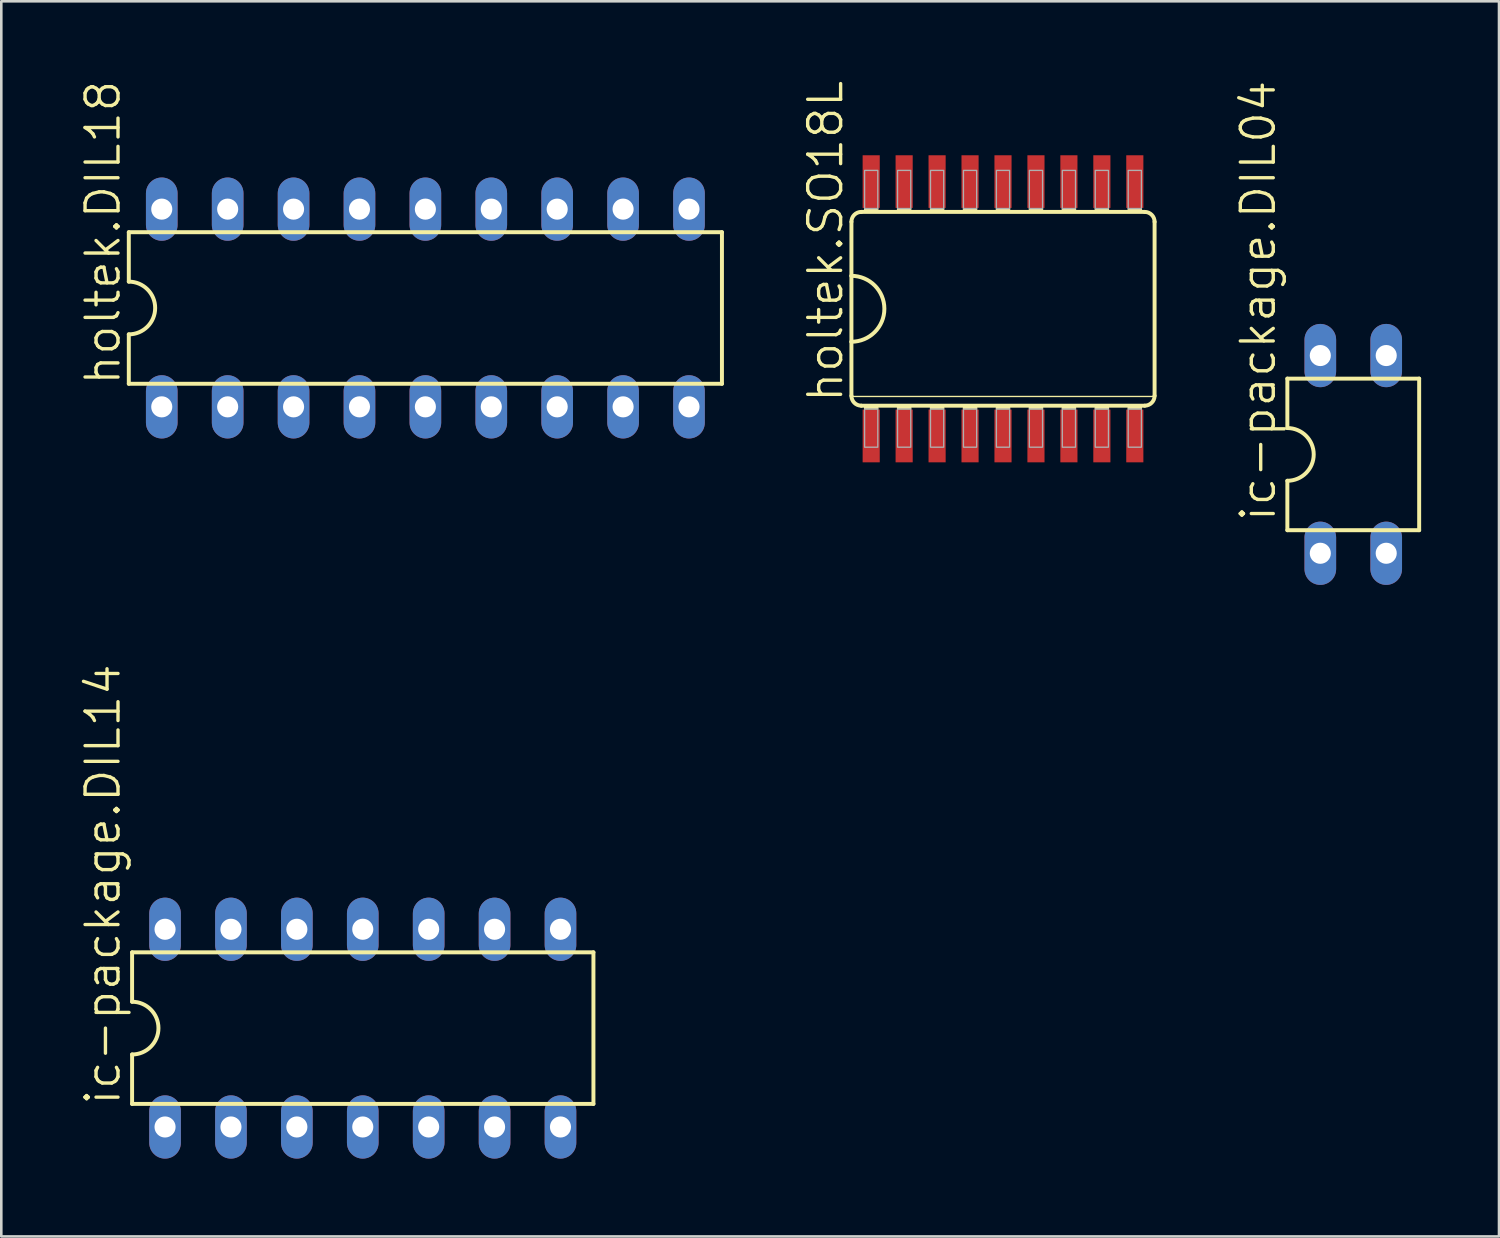
<source format=kicad_pcb>
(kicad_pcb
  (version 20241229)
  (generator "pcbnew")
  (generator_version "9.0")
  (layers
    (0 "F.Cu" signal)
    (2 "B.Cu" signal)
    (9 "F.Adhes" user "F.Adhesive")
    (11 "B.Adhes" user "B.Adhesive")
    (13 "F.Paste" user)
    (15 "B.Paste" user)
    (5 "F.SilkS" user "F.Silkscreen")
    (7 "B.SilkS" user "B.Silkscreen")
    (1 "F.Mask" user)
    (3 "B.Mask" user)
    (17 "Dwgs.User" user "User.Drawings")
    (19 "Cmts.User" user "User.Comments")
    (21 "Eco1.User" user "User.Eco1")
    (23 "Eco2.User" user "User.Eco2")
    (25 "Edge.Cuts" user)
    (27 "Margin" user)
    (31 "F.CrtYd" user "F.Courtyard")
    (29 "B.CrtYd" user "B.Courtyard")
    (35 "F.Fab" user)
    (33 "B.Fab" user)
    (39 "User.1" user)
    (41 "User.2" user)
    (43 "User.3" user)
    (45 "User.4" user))
  (footprint "holtek.SO18L"
    (layer "F.Cu")
    (at 35.606 8.851)
    (property "Reference" "holtek.SO18L" (at -6.096 3.683 90) (layer "F.SilkS") (effects (font (size 1.27 1.27) (thickness 0.13)) (justify left bottom)))
    (attr smd)
    (fp_line (start -5.842 -3.353) (end -5.842 -1.27) (stroke (width 0.152) (type default)) (layer "F.SilkS"))
    (fp_line (start -5.842 -1.27) (end -5.842 1.27) (stroke (width 0.152) (type default)) (layer "F.SilkS"))
    (fp_line (start -5.842 1.27) (end -5.842 3.353) (stroke (width 0.152) (type default)) (layer "F.SilkS"))
    (fp_line (start -5.842 3.378) (end 5.842 3.378) (stroke (width 0.051) (type default)) (layer "F.SilkS"))
    (fp_line (start -5.461 3.734) (end 5.461 3.734) (stroke (width 0.152) (type default)) (layer "F.SilkS"))
    (fp_line (start 5.461 -3.734) (end -5.461 -3.734) (stroke (width 0.152) (type default)) (layer "F.SilkS"))
    (fp_line (start 5.842 3.353) (end 5.842 -3.353) (stroke (width 0.152) (type default)) (layer "F.SilkS"))
    (fp_rect (start -5.334 -3.734) (end -4.826 -3.861) (stroke (width 0.05) (type default)) (fill yes) (layer "F.SilkS"))
    (fp_rect (start -5.334 3.861) (end -4.826 3.734) (stroke (width 0.05) (type default)) (fill yes) (layer "F.SilkS"))
    (fp_rect (start -4.064 -3.734) (end -3.556 -3.861) (stroke (width 0.05) (type default)) (fill yes) (layer "F.SilkS"))
    (fp_rect (start -4.064 3.861) (end -3.556 3.734) (stroke (width 0.05) (type default)) (fill yes) (layer "F.SilkS"))
    (fp_rect (start -2.794 -3.734) (end -2.286 -3.861) (stroke (width 0.05) (type default)) (fill yes) (layer "F.SilkS"))
    (fp_rect (start -2.794 3.861) (end -2.286 3.734) (stroke (width 0.05) (type default)) (fill yes) (layer "F.SilkS"))
    (fp_rect (start -1.524 -3.734) (end -1.016 -3.861) (stroke (width 0.05) (type default)) (fill yes) (layer "F.SilkS"))
    (fp_rect (start -1.524 3.861) (end -1.016 3.734) (stroke (width 0.05) (type default)) (fill yes) (layer "F.SilkS"))
    (fp_rect (start -0.254 -3.734) (end 0.254 -3.861) (stroke (width 0.05) (type default)) (fill yes) (layer "F.SilkS"))
    (fp_rect (start -0.254 3.861) (end 0.254 3.734) (stroke (width 0.05) (type default)) (fill yes) (layer "F.SilkS"))
    (fp_rect (start 1.016 -3.734) (end 1.524 -3.861) (stroke (width 0.05) (type default)) (fill yes) (layer "F.SilkS"))
    (fp_rect (start 1.016 3.861) (end 1.524 3.734) (stroke (width 0.05) (type default)) (fill yes) (layer "F.SilkS"))
    (fp_rect (start 2.286 -3.734) (end 2.794 -3.861) (stroke (width 0.05) (type default)) (fill yes) (layer "F.SilkS"))
    (fp_rect (start 2.286 3.861) (end 2.794 3.734) (stroke (width 0.05) (type default)) (fill yes) (layer "F.SilkS"))
    (fp_rect (start 3.556 -3.734) (end 4.064 -3.861) (stroke (width 0.05) (type default)) (fill yes) (layer "F.SilkS"))
    (fp_rect (start 3.556 3.861) (end 4.064 3.734) (stroke (width 0.05) (type default)) (fill yes) (layer "F.SilkS"))
    (fp_rect (start 4.826 -3.734) (end 5.334 -3.861) (stroke (width 0.05) (type default)) (fill yes) (layer "F.SilkS"))
    (fp_rect (start 4.826 3.861) (end 5.334 3.734) (stroke (width 0.05) (type default)) (fill yes) (layer "F.SilkS"))
    (fp_arc (start -5.842 -3.3528) (mid -5.730408 -3.622208) (end -5.461 -3.7338) (stroke (width 0.1524) (type default)) (layer "F.SilkS"))
    (fp_arc (start -5.842 -1.27) (mid -4.572 0) (end -5.842 1.27) (stroke (width 0.1524) (type default)) (layer "F.SilkS"))
    (fp_arc (start -5.461 3.7338) (mid -5.730408 3.622208) (end -5.842 3.3528) (stroke (width 0.1524) (type default)) (layer "F.SilkS"))
    (fp_arc (start 5.461 -3.7338) (mid 5.730408 -3.622208) (end 5.842 -3.3528) (stroke (width 0.1524) (type default)) (layer "F.SilkS"))
    (fp_arc (start 5.842 3.3528) (mid 5.730408 3.622208) (end 5.461 3.7338) (stroke (width 0.1524) (type default)) (layer "F.SilkS"))
    (fp_rect (start -5.334 -3.861) (end -4.826 -5.334) (stroke (width 0.05) (type default)) (fill no) (layer "F.Fab"))
    (fp_rect (start -5.334 5.334) (end -4.826 3.861) (stroke (width 0.05) (type default)) (fill no) (layer "F.Fab"))
    (fp_rect (start -4.064 -3.861) (end -3.556 -5.334) (stroke (width 0.05) (type default)) (fill no) (layer "F.Fab"))
    (fp_rect (start -4.064 5.334) (end -3.556 3.861) (stroke (width 0.05) (type default)) (fill no) (layer "F.Fab"))
    (fp_rect (start -2.794 -3.861) (end -2.286 -5.334) (stroke (width 0.05) (type default)) (fill no) (layer "F.Fab"))
    (fp_rect (start -2.794 5.334) (end -2.286 3.861) (stroke (width 0.05) (type default)) (fill no) (layer "F.Fab"))
    (fp_rect (start -1.524 -3.861) (end -1.016 -5.334) (stroke (width 0.05) (type default)) (fill no) (layer "F.Fab"))
    (fp_rect (start -1.524 5.334) (end -1.016 3.861) (stroke (width 0.05) (type default)) (fill no) (layer "F.Fab"))
    (fp_rect (start -0.254 -3.861) (end 0.254 -5.334) (stroke (width 0.05) (type default)) (fill no) (layer "F.Fab"))
    (fp_rect (start -0.254 5.334) (end 0.254 3.861) (stroke (width 0.05) (type default)) (fill no) (layer "F.Fab"))
    (fp_rect (start 1.016 -3.861) (end 1.524 -5.334) (stroke (width 0.05) (type default)) (fill no) (layer "F.Fab"))
    (fp_rect (start 1.016 5.334) (end 1.524 3.861) (stroke (width 0.05) (type default)) (fill no) (layer "F.Fab"))
    (fp_rect (start 2.286 -3.861) (end 2.794 -5.334) (stroke (width 0.05) (type default)) (fill no) (layer "F.Fab"))
    (fp_rect (start 2.286 5.334) (end 2.794 3.861) (stroke (width 0.05) (type default)) (fill no) (layer "F.Fab"))
    (fp_rect (start 3.556 -3.861) (end 4.064 -5.334) (stroke (width 0.05) (type default)) (fill no) (layer "F.Fab"))
    (fp_rect (start 3.556 5.334) (end 4.064 3.861) (stroke (width 0.05) (type default)) (fill no) (layer "F.Fab"))
    (fp_rect (start 4.826 -3.861) (end 5.334 -5.334) (stroke (width 0.05) (type default)) (fill no) (layer "F.Fab"))
    (fp_rect (start 4.826 5.334) (end 5.334 3.861) (stroke (width 0.05) (type default)) (fill no) (layer "F.Fab"))
    (pad "1" smd roundrect (at -5.08 4.902) (size 0.66 2.032) (layers "F.Cu" "F.Mask" "F.Paste") (roundrect_rratio 0.01))
    (pad "2" smd roundrect (at -3.81 4.902) (size 0.66 2.032) (layers "F.Cu" "F.Mask" "F.Paste") (roundrect_rratio 0.01))
    (pad "3" smd roundrect (at -2.54 4.902) (size 0.66 2.032) (layers "F.Cu" "F.Mask" "F.Paste") (roundrect_rratio 0.01))
    (pad "4" smd roundrect (at -1.27 4.902) (size 0.66 2.032) (layers "F.Cu" "F.Mask" "F.Paste") (roundrect_rratio 0.01))
    (pad "5" smd roundrect (at 0 4.902) (size 0.66 2.032) (layers "F.Cu" "F.Mask" "F.Paste") (roundrect_rratio 0.01))
    (pad "6" smd roundrect (at 1.27 4.902) (size 0.66 2.032) (layers "F.Cu" "F.Mask" "F.Paste") (roundrect_rratio 0.01))
    (pad "7" smd roundrect (at 2.54 4.902) (size 0.66 2.032) (layers "F.Cu" "F.Mask" "F.Paste") (roundrect_rratio 0.01))
    (pad "8" smd roundrect (at 3.81 4.902) (size 0.66 2.032) (layers "F.Cu" "F.Mask" "F.Paste") (roundrect_rratio 0.01))
    (pad "9" smd roundrect (at 5.08 4.902) (size 0.66 2.032) (layers "F.Cu" "F.Mask" "F.Paste") (roundrect_rratio 0.01))
    (pad "10" smd roundrect (at 5.08 -4.902) (size 0.66 2.032) (layers "F.Cu" "F.Mask" "F.Paste") (roundrect_rratio 0.01))
    (pad "11" smd roundrect (at 3.81 -4.902) (size 0.66 2.032) (layers "F.Cu" "F.Mask" "F.Paste") (roundrect_rratio 0.01))
    (pad "12" smd roundrect (at 2.54 -4.902) (size 0.66 2.032) (layers "F.Cu" "F.Mask" "F.Paste") (roundrect_rratio 0.01))
    (pad "13" smd roundrect (at 1.27 -4.902) (size 0.66 2.032) (layers "F.Cu" "F.Mask" "F.Paste") (roundrect_rratio 0.01))
    (pad "14" smd roundrect (at 0 -4.902) (size 0.66 2.032) (layers "F.Cu" "F.Mask" "F.Paste") (roundrect_rratio 0.01))
    (pad "15" smd roundrect (at -1.27 -4.902) (size 0.66 2.032) (layers "F.Cu" "F.Mask" "F.Paste") (roundrect_rratio 0.01))
    (pad "16" smd roundrect (at -2.54 -4.902) (size 0.66 2.032) (layers "F.Cu" "F.Mask" "F.Paste") (roundrect_rratio 0.01))
    (pad "17" smd roundrect (at -3.81 -4.902) (size 0.66 2.032) (layers "F.Cu" "F.Mask" "F.Paste") (roundrect_rratio 0.01))
    (pad "18" smd roundrect (at -5.08 -4.902) (size 0.66 2.032) (layers "F.Cu" "F.Mask" "F.Paste") (roundrect_rratio 0.01)))
  (footprint "ic-package.DIL14"
    (layer "F.Cu")
    (at 10.931 36.574)
    (property "Reference" "ic-package.DIL14" (at -9.271 3.048 90) (layer "F.SilkS") (effects (font (size 1.27 1.27) (thickness 0.13)) (justify left bottom)))
    (attr through_hole)
    (fp_line (start -8.89 -2.921) (end -8.89 -1.016) (stroke (width 0.152) (type default)) (layer "F.SilkS"))
    (fp_line (start -8.89 2.921) (end -8.89 1.016) (stroke (width 0.152) (type default)) (layer "F.SilkS"))
    (fp_line (start -8.89 2.921) (end 8.89 2.921) (stroke (width 0.152) (type default)) (layer "F.SilkS"))
    (fp_line (start 8.89 -2.921) (end -8.89 -2.921) (stroke (width 0.152) (type default)) (layer "F.SilkS"))
    (fp_line (start 8.89 -2.921) (end 8.89 2.921) (stroke (width 0.152) (type default)) (layer "F.SilkS"))
    (fp_arc (start -8.89 -1.016) (mid -7.874 0) (end -8.89 1.016) (stroke (width 0.1524) (type default)) (layer "F.SilkS"))
    (pad "1" thru_hole oval (at -7.62 3.81 90) (size 2.438 1.219) (drill 0.813) (layers "*.Cu" "*.Mask"))
    (pad "2" thru_hole oval (at -5.08 3.81 90) (size 2.438 1.219) (drill 0.813) (layers "*.Cu" "*.Mask"))
    (pad "3" thru_hole oval (at -2.54 3.81 90) (size 2.438 1.219) (drill 0.813) (layers "*.Cu" "*.Mask"))
    (pad "4" thru_hole oval (at 0 3.81 90) (size 2.438 1.219) (drill 0.813) (layers "*.Cu" "*.Mask"))
    (pad "5" thru_hole oval (at 2.54 3.81 90) (size 2.438 1.219) (drill 0.813) (layers "*.Cu" "*.Mask"))
    (pad "6" thru_hole oval (at 5.08 3.81 90) (size 2.438 1.219) (drill 0.813) (layers "*.Cu" "*.Mask"))
    (pad "7" thru_hole oval (at 7.62 3.81 90) (size 2.438 1.219) (drill 0.813) (layers "*.Cu" "*.Mask"))
    (pad "8" thru_hole oval (at 7.62 -3.81 90) (size 2.438 1.219) (drill 0.813) (layers "*.Cu" "*.Mask"))
    (pad "9" thru_hole oval (at 5.08 -3.81 90) (size 2.438 1.219) (drill 0.813) (layers "*.Cu" "*.Mask"))
    (pad "10" thru_hole oval (at 2.54 -3.81 90) (size 2.438 1.219) (drill 0.813) (layers "*.Cu" "*.Mask"))
    (pad "11" thru_hole oval (at 0 -3.81 90) (size 2.438 1.219) (drill 0.813) (layers "*.Cu" "*.Mask"))
    (pad "12" thru_hole oval (at -2.54 -3.81 90) (size 2.438 1.219) (drill 0.813) (layers "*.Cu" "*.Mask"))
    (pad "13" thru_hole oval (at -5.08 -3.81 90) (size 2.438 1.219) (drill 0.813) (layers "*.Cu" "*.Mask"))
    (pad "14" thru_hole oval (at -7.62 -3.81 90) (size 2.438 1.219) (drill 0.813) (layers "*.Cu" "*.Mask")))
  (footprint "ic-package.DIL04"
    (layer "F.Cu")
    (at 49.105 14.463)
    (property "Reference" "ic-package.DIL04" (at -2.921 2.667 90) (layer "F.SilkS") (effects (font (size 1.27 1.27) (thickness 0.13)) (justify left bottom)))
    (attr through_hole)
    (fp_line (start -2.54 -2.921) (end -2.54 -1.016) (stroke (width 0.152) (type default)) (layer "F.SilkS"))
    (fp_line (start -2.54 2.921) (end -2.54 1.016) (stroke (width 0.152) (type default)) (layer "F.SilkS"))
    (fp_line (start -2.54 2.921) (end 2.54 2.921) (stroke (width 0.152) (type default)) (layer "F.SilkS"))
    (fp_line (start 2.54 -2.921) (end -2.54 -2.921) (stroke (width 0.152) (type default)) (layer "F.SilkS"))
    (fp_line (start 2.54 -2.921) (end 2.54 2.921) (stroke (width 0.152) (type default)) (layer "F.SilkS"))
    (fp_arc (start -2.54 -1.016) (mid -1.524 0) (end -2.54 1.016) (stroke (width 0.1524) (type default)) (layer "F.SilkS"))
    (pad "1" thru_hole oval (at -1.27 3.81 90) (size 2.438 1.219) (drill 0.813) (layers "*.Cu" "*.Mask"))
    (pad "2" thru_hole oval (at 1.27 3.81 90) (size 2.438 1.219) (drill 0.813) (layers "*.Cu" "*.Mask"))
    (pad "3" thru_hole oval (at 1.27 -3.81 90) (size 2.438 1.219) (drill 0.813) (layers "*.Cu" "*.Mask"))
    (pad "4" thru_hole oval (at -1.27 -3.81 90) (size 2.438 1.219) (drill 0.813) (layers "*.Cu" "*.Mask")))
  (footprint "holtek.DIL18"
    (layer "F.Cu")
    (at 13.344 8.82)
    (property "Reference" "holtek.DIL18" (at -11.684 3.048 90) (layer "F.SilkS") (effects (font (size 1.27 1.27) (thickness 0.13)) (justify left bottom)))
    (attr through_hole)
    (fp_line (start -11.43 -2.921) (end -11.43 -1.016) (stroke (width 0.152) (type default)) (layer "F.SilkS"))
    (fp_line (start -11.43 2.921) (end -11.43 1.016) (stroke (width 0.152) (type default)) (layer "F.SilkS"))
    (fp_line (start -11.43 2.921) (end 11.43 2.921) (stroke (width 0.152) (type default)) (layer "F.SilkS"))
    (fp_line (start 11.43 -2.921) (end -11.43 -2.921) (stroke (width 0.152) (type default)) (layer "F.SilkS"))
    (fp_line (start 11.43 -2.921) (end 11.43 2.921) (stroke (width 0.152) (type default)) (layer "F.SilkS"))
    (fp_arc (start -11.43 -1.016) (mid -10.414 0) (end -11.43 1.016) (stroke (width 0.1524) (type default)) (layer "F.SilkS"))
    (pad "1" thru_hole oval (at -10.16 3.81 90) (size 2.438 1.219) (drill 0.813) (layers "*.Cu" "*.Mask"))
    (pad "2" thru_hole oval (at -7.62 3.81 90) (size 2.438 1.219) (drill 0.813) (layers "*.Cu" "*.Mask"))
    (pad "3" thru_hole oval (at -5.08 3.81 90) (size 2.438 1.219) (drill 0.813) (layers "*.Cu" "*.Mask"))
    (pad "4" thru_hole oval (at -2.54 3.81 90) (size 2.438 1.219) (drill 0.813) (layers "*.Cu" "*.Mask"))
    (pad "5" thru_hole oval (at 0 3.81 90) (size 2.438 1.219) (drill 0.813) (layers "*.Cu" "*.Mask"))
    (pad "6" thru_hole oval (at 2.54 3.81 90) (size 2.438 1.219) (drill 0.813) (layers "*.Cu" "*.Mask"))
    (pad "7" thru_hole oval (at 5.08 3.81 90) (size 2.438 1.219) (drill 0.813) (layers "*.Cu" "*.Mask"))
    (pad "8" thru_hole oval (at 7.62 3.81 90) (size 2.438 1.219) (drill 0.813) (layers "*.Cu" "*.Mask"))
    (pad "9" thru_hole oval (at 10.16 3.81 90) (size 2.438 1.219) (drill 0.813) (layers "*.Cu" "*.Mask"))
    (pad "10" thru_hole oval (at 10.16 -3.81 90) (size 2.438 1.219) (drill 0.813) (layers "*.Cu" "*.Mask"))
    (pad "11" thru_hole oval (at 7.62 -3.81 90) (size 2.438 1.219) (drill 0.813) (layers "*.Cu" "*.Mask"))
    (pad "12" thru_hole oval (at 5.08 -3.81 90) (size 2.438 1.219) (drill 0.813) (layers "*.Cu" "*.Mask"))
    (pad "13" thru_hole oval (at 2.54 -3.81 90) (size 2.438 1.219) (drill 0.813) (layers "*.Cu" "*.Mask"))
    (pad "14" thru_hole oval (at 0 -3.81 90) (size 2.438 1.219) (drill 0.813) (layers "*.Cu" "*.Mask"))
    (pad "15" thru_hole oval (at -2.54 -3.81 90) (size 2.438 1.219) (drill 0.813) (layers "*.Cu" "*.Mask"))
    (pad "16" thru_hole oval (at -5.08 -3.81 90) (size 2.438 1.219) (drill 0.813) (layers "*.Cu" "*.Mask"))
    (pad "17" thru_hole oval (at -7.62 -3.81 90) (size 2.438 1.219) (drill 0.813) (layers "*.Cu" "*.Mask"))
    (pad "18" thru_hole oval (at -10.16 -3.81 90) (size 2.438 1.219) (drill 0.813) (layers "*.Cu" "*.Mask")))
  (gr_rect
    (start -3 -3)
    (end 54.722 44.603)
    (stroke (width 0.1) (type default))
    (fill no)
    (layer "Edge.Cuts")))
</source>
